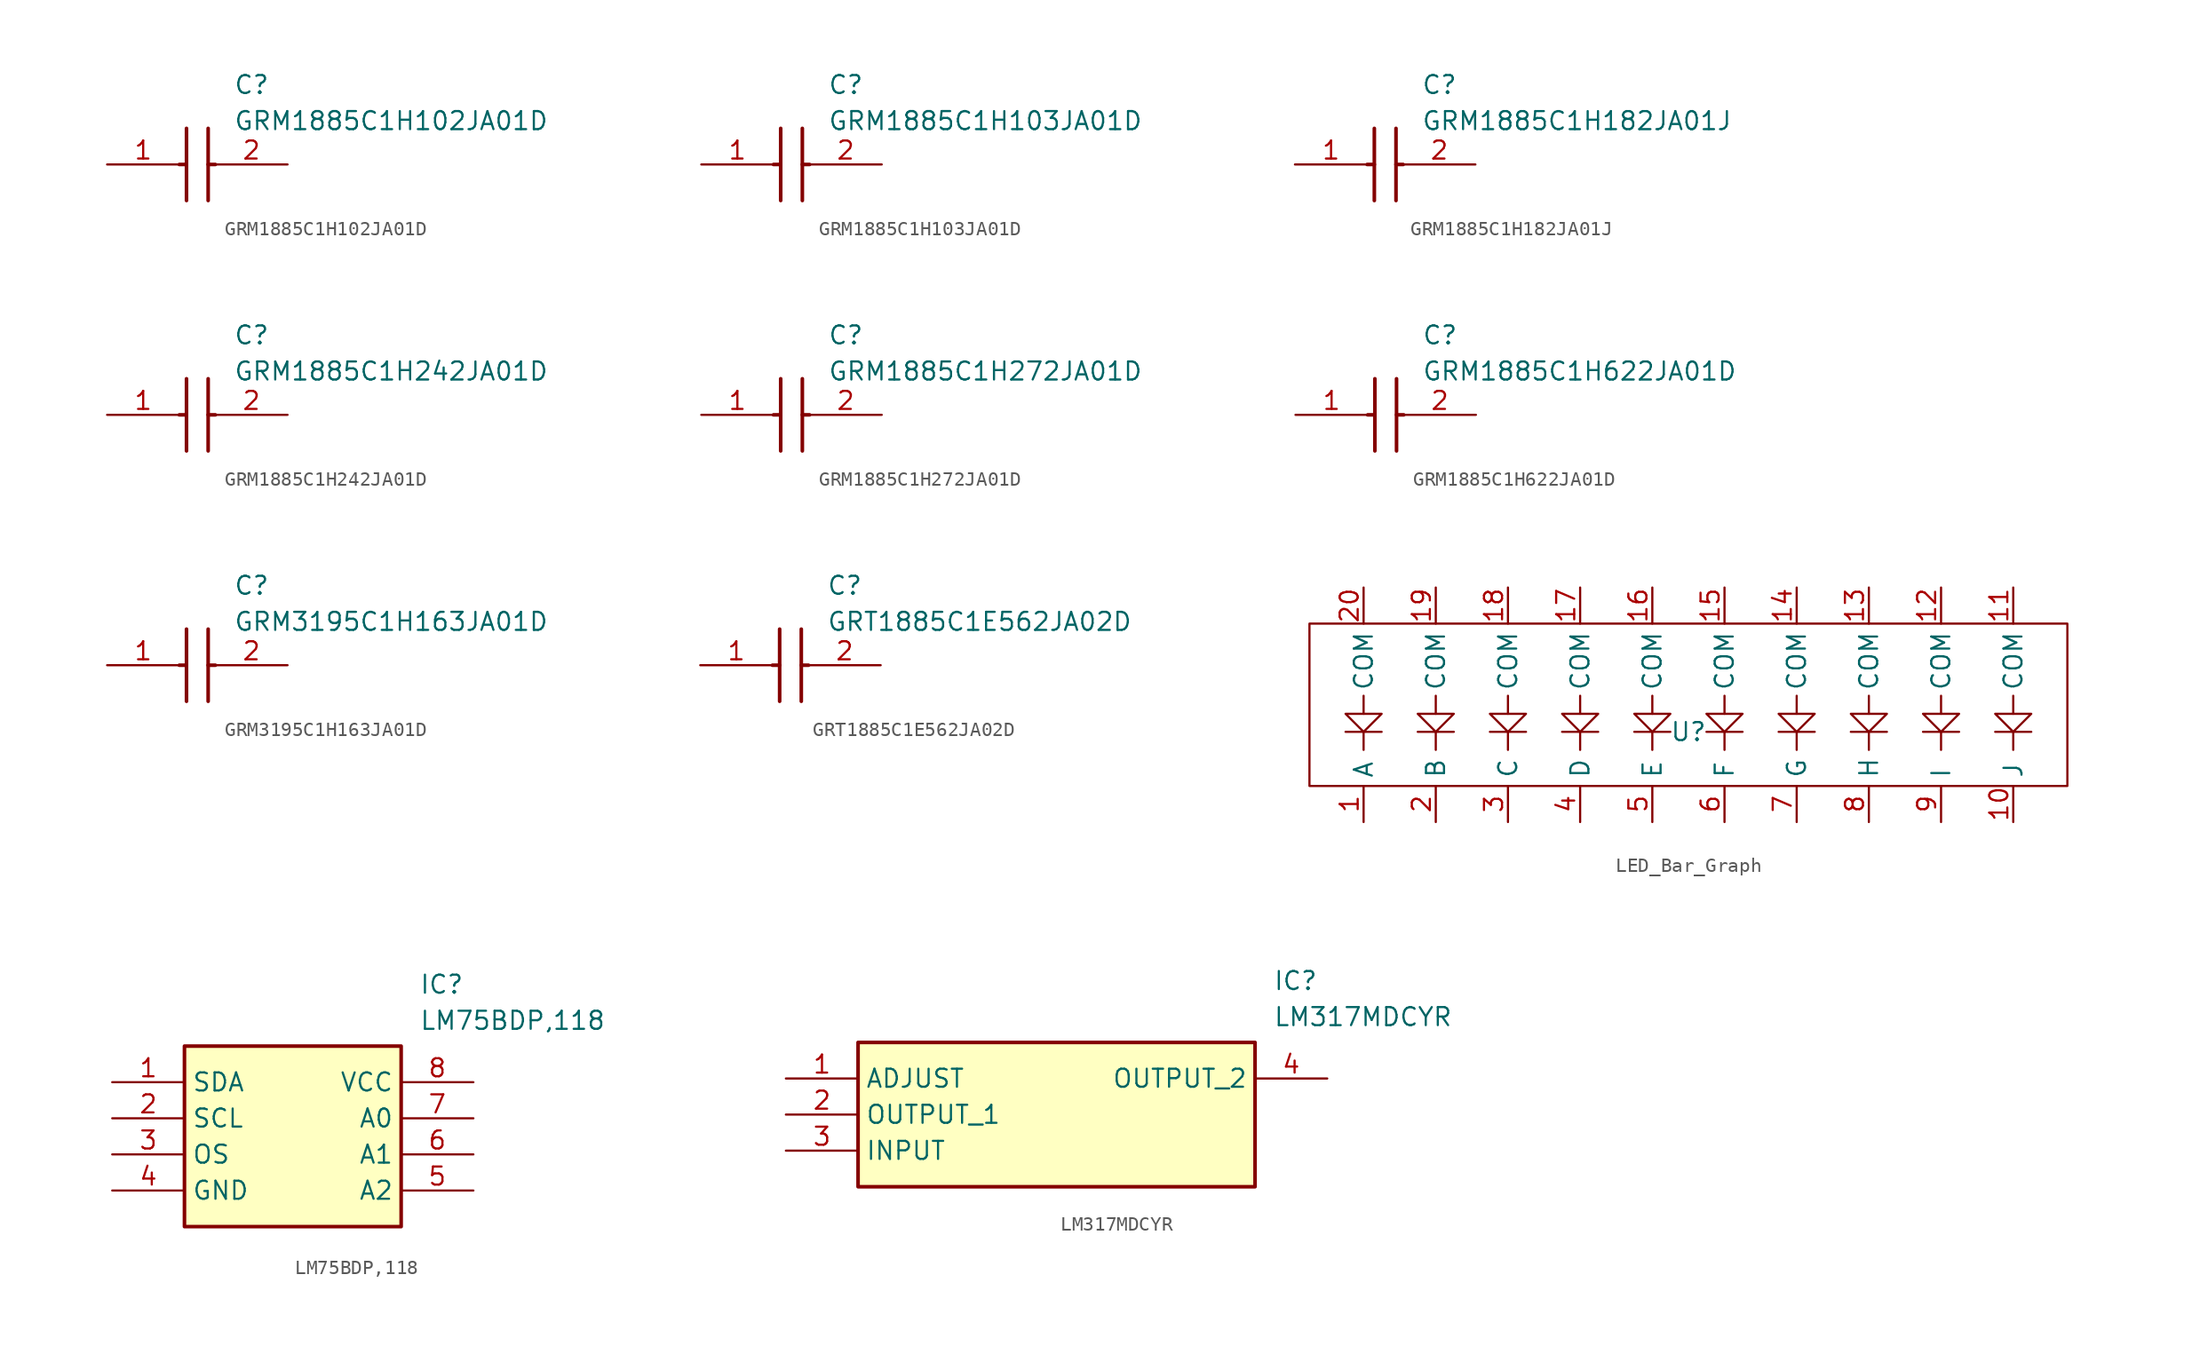
<source format=kicad_sym>
(kicad_symbol_lib
  (version 20231120)
  (generator "kicad_symbol_editor")
  (generator_version "8.0")
  (symbol "GRM1885C1H102JA01D"
    (pin_names hide)
    (property "Reference" "C"
      (at 8.89 6.35 0)
      (effects (font (size 1.27 1.27)) (justify left top)))
    (property "Value" "GRM1885C1H102JA01D"
      (at 8.89 3.81 0)
      (effects (font (size 1.27 1.27)) (justify left top)))
    (symbol "GRM1885C1H102JA01D_1_1"
      (polyline (pts (xy 5.08 0) (xy 5.588 0)) (stroke (width 0.254) (type default)) (fill (type none)))
      (polyline (pts (xy 5.588 2.54) (xy 5.588 -2.54)) (stroke (width 0.254) (type default)) (fill (type none)))
      (polyline (pts (xy 7.112 0) (xy 7.62 0)) (stroke (width 0.254) (type default)) (fill (type none)))
      (polyline (pts (xy 7.112 2.54) (xy 7.112 -2.54)) (stroke (width 0.254) (type default)) (fill (type none)))
      (pin passive line (at 0 0 0) (length 5.08) (name "1" (effects (font (size 1.27 1.27)))) (number "1" (effects (font (size 1.27 1.27)))))
      (pin passive line (at 12.7 0 180) (length 5.08) (name "2" (effects (font (size 1.27 1.27)))) (number "2" (effects (font (size 1.27 1.27)))))))
  (symbol "GRM1885C1H103JA01D"
    (pin_names hide)
    (property "Reference" "C"
      (at 8.89 6.35 0)
      (effects (font (size 1.27 1.27)) (justify left top)))
    (property "Value" "GRM1885C1H103JA01D"
      (at 8.89 3.81 0)
      (effects (font (size 1.27 1.27)) (justify left top)))
    (symbol "GRM1885C1H103JA01D_1_1"
      (polyline (pts (xy 5.08 0) (xy 5.588 0)) (stroke (width 0.254) (type default)) (fill (type none)))
      (polyline (pts (xy 5.588 2.54) (xy 5.588 -2.54)) (stroke (width 0.254) (type default)) (fill (type none)))
      (polyline (pts (xy 7.112 0) (xy 7.62 0)) (stroke (width 0.254) (type default)) (fill (type none)))
      (polyline (pts (xy 7.112 2.54) (xy 7.112 -2.54)) (stroke (width 0.254) (type default)) (fill (type none)))
      (pin passive line (at 0 0 0) (length 5.08) (name "1" (effects (font (size 1.27 1.27)))) (number "1" (effects (font (size 1.27 1.27)))))
      (pin passive line (at 12.7 0 180) (length 5.08) (name "2" (effects (font (size 1.27 1.27)))) (number "2" (effects (font (size 1.27 1.27)))))))
  (symbol "GRM1885C1H182JA01J"
    (pin_names hide)
    (property "Reference" "C"
      (at 8.89 6.35 0)
      (effects (font (size 1.27 1.27)) (justify left top)))
    (property "Value" "GRM1885C1H182JA01J"
      (at 8.89 3.81 0)
      (effects (font (size 1.27 1.27)) (justify left top)))
    (symbol "GRM1885C1H182JA01J_1_1"
      (polyline (pts (xy 5.08 0) (xy 5.588 0)) (stroke (width 0.254) (type default)) (fill (type none)))
      (polyline (pts (xy 5.588 2.54) (xy 5.588 -2.54)) (stroke (width 0.254) (type default)) (fill (type none)))
      (polyline (pts (xy 7.112 0) (xy 7.62 0)) (stroke (width 0.254) (type default)) (fill (type none)))
      (polyline (pts (xy 7.112 2.54) (xy 7.112 -2.54)) (stroke (width 0.254) (type default)) (fill (type none)))
      (pin passive line (at 0 0 0) (length 5.08) (name "1" (effects (font (size 1.27 1.27)))) (number "1" (effects (font (size 1.27 1.27)))))
      (pin passive line (at 12.7 0 180) (length 5.08) (name "2" (effects (font (size 1.27 1.27)))) (number "2" (effects (font (size 1.27 1.27)))))))
  (symbol "GRM1885C1H242JA01D"
    (pin_names hide)
    (property "Reference" "C"
      (at 8.89 6.35 0)
      (effects (font (size 1.27 1.27)) (justify left top)))
    (property "Value" "GRM1885C1H242JA01D"
      (at 8.89 3.81 0)
      (effects (font (size 1.27 1.27)) (justify left top)))
    (symbol "GRM1885C1H242JA01D_1_1"
      (polyline (pts (xy 5.08 0) (xy 5.588 0)) (stroke (width 0.254) (type default)) (fill (type none)))
      (polyline (pts (xy 5.588 2.54) (xy 5.588 -2.54)) (stroke (width 0.254) (type default)) (fill (type none)))
      (polyline (pts (xy 7.112 0) (xy 7.62 0)) (stroke (width 0.254) (type default)) (fill (type none)))
      (polyline (pts (xy 7.112 2.54) (xy 7.112 -2.54)) (stroke (width 0.254) (type default)) (fill (type none)))
      (pin passive line (at 0 0 0) (length 5.08) (name "1" (effects (font (size 1.27 1.27)))) (number "1" (effects (font (size 1.27 1.27)))))
      (pin passive line (at 12.7 0 180) (length 5.08) (name "2" (effects (font (size 1.27 1.27)))) (number "2" (effects (font (size 1.27 1.27)))))))
  (symbol "GRM1885C1H272JA01D"
    (pin_names hide)
    (property "Reference" "C"
      (at 8.89 6.35 0)
      (effects (font (size 1.27 1.27)) (justify left top)))
    (property "Value" "GRM1885C1H272JA01D"
      (at 8.89 3.81 0)
      (effects (font (size 1.27 1.27)) (justify left top)))
    (symbol "GRM1885C1H272JA01D_1_1"
      (polyline (pts (xy 5.08 0) (xy 5.588 0)) (stroke (width 0.254) (type default)) (fill (type none)))
      (polyline (pts (xy 5.588 2.54) (xy 5.588 -2.54)) (stroke (width 0.254) (type default)) (fill (type none)))
      (polyline (pts (xy 7.112 0) (xy 7.62 0)) (stroke (width 0.254) (type default)) (fill (type none)))
      (polyline (pts (xy 7.112 2.54) (xy 7.112 -2.54)) (stroke (width 0.254) (type default)) (fill (type none)))
      (pin passive line (at 0 0 0) (length 5.08) (name "1" (effects (font (size 1.27 1.27)))) (number "1" (effects (font (size 1.27 1.27)))))
      (pin passive line (at 12.7 0 180) (length 5.08) (name "2" (effects (font (size 1.27 1.27)))) (number "2" (effects (font (size 1.27 1.27)))))))
  (symbol "GRM1885C1H622JA01D"
    (pin_names hide)
    (property "Reference" "C"
      (at 8.89 6.35 0)
      (effects (font (size 1.27 1.27)) (justify left top)))
    (property "Value" "GRM1885C1H622JA01D"
      (at 8.89 3.81 0)
      (effects (font (size 1.27 1.27)) (justify left top)))
    (symbol "GRM1885C1H622JA01D_1_1"
      (polyline (pts (xy 5.08 0) (xy 5.588 0)) (stroke (width 0.254) (type default)) (fill (type none)))
      (polyline (pts (xy 5.588 2.54) (xy 5.588 -2.54)) (stroke (width 0.254) (type default)) (fill (type none)))
      (polyline (pts (xy 7.112 0) (xy 7.62 0)) (stroke (width 0.254) (type default)) (fill (type none)))
      (polyline (pts (xy 7.112 2.54) (xy 7.112 -2.54)) (stroke (width 0.254) (type default)) (fill (type none)))
      (pin passive line (at 0 0 0) (length 5.08) (name "1" (effects (font (size 1.27 1.27)))) (number "1" (effects (font (size 1.27 1.27)))))
      (pin passive line (at 12.7 0 180) (length 5.08) (name "2" (effects (font (size 1.27 1.27)))) (number "2" (effects (font (size 1.27 1.27)))))))
  (symbol "GRM3195C1H163JA01D"
    (pin_names hide)
    (property "Reference" "C"
      (at 8.89 6.35 0)
      (effects (font (size 1.27 1.27)) (justify left top)))
    (property "Value" "GRM3195C1H163JA01D"
      (at 8.89 3.81 0)
      (effects (font (size 1.27 1.27)) (justify left top)))
    (symbol "GRM3195C1H163JA01D_1_1"
      (polyline (pts (xy 5.08 0) (xy 5.588 0)) (stroke (width 0.254) (type default)) (fill (type none)))
      (polyline (pts (xy 5.588 2.54) (xy 5.588 -2.54)) (stroke (width 0.254) (type default)) (fill (type none)))
      (polyline (pts (xy 7.112 0) (xy 7.62 0)) (stroke (width 0.254) (type default)) (fill (type none)))
      (polyline (pts (xy 7.112 2.54) (xy 7.112 -2.54)) (stroke (width 0.254) (type default)) (fill (type none)))
      (pin passive line (at 0 0 0) (length 5.08) (name "1" (effects (font (size 1.27 1.27)))) (number "1" (effects (font (size 1.27 1.27)))))
      (pin passive line (at 12.7 0 180) (length 5.08) (name "2" (effects (font (size 1.27 1.27)))) (number "2" (effects (font (size 1.27 1.27)))))))
  (symbol "GRT1885C1E562JA02D"
    (pin_names hide)
    (property "Reference" "C"
      (at 8.89 6.35 0)
      (effects (font (size 1.27 1.27)) (justify left top)))
    (property "Value" "GRT1885C1E562JA02D"
      (at 8.89 3.81 0)
      (effects (font (size 1.27 1.27)) (justify left top)))
    (symbol "GRT1885C1E562JA02D_1_1"
      (polyline (pts (xy 5.08 0) (xy 5.588 0)) (stroke (width 0.254) (type default)) (fill (type none)))
      (polyline (pts (xy 5.588 2.54) (xy 5.588 -2.54)) (stroke (width 0.254) (type default)) (fill (type none)))
      (polyline (pts (xy 7.112 0) (xy 7.62 0)) (stroke (width 0.254) (type default)) (fill (type none)))
      (polyline (pts (xy 7.112 2.54) (xy 7.112 -2.54)) (stroke (width 0.254) (type default)) (fill (type none)))
      (pin passive line (at 0 0 0) (length 5.08) (name "1" (effects (font (size 1.27 1.27)))) (number "1" (effects (font (size 1.27 1.27)))))
      (pin passive line (at 12.7 0 180) (length 5.08) (name "2" (effects (font (size 1.27 1.27)))) (number "2" (effects (font (size 1.27 1.27)))))))
  (symbol "LED_Bar_Graph"
    (property "Reference" "U"
      (at 0 0 0)
      (effects (font (size 1.27 1.27))))
    (property "Value" ""
      (at -7.62 0 0)
      (effects (font (size 1.27 1.27))))
    (symbol "LED_Bar_Graph_0_1"
      (rectangle (start -26.67 7.62) (end 26.67 -3.81) (stroke (width 0) (type default)) (fill (type none)))
      (polyline (pts (xy -24.13 0) (xy -21.59 0)) (stroke (width 0) (type default)) (fill (type none)))
      (polyline (pts (xy -22.86 0) (xy -22.86 -1.27)) (stroke (width 0) (type default)) (fill (type none)))
      (polyline (pts (xy -22.86 1.27) (xy -22.86 2.54)) (stroke (width 0) (type default)) (fill (type none)))
      (polyline (pts (xy -19.05 0) (xy -16.51 0)) (stroke (width 0) (type default)) (fill (type none)))
      (polyline (pts (xy -17.78 0) (xy -17.78 -1.27)) (stroke (width 0) (type default)) (fill (type none)))
      (polyline (pts (xy -13.97 0) (xy -11.43 0)) (stroke (width 0) (type default)) (fill (type none)))
      (polyline (pts (xy -12.7 0) (xy -12.7 -1.27)) (stroke (width 0) (type default)) (fill (type none)))
      (polyline (pts (xy -12.7 1.27) (xy -12.7 2.54)) (stroke (width 0) (type default)) (fill (type none)))
      (polyline (pts (xy -8.89 0) (xy -6.35 0)) (stroke (width 0) (type default)) (fill (type none)))
      (polyline (pts (xy -7.62 0) (xy -7.62 -1.27)) (stroke (width 0) (type default)) (fill (type none)))
      (polyline (pts (xy -7.62 1.27) (xy -7.62 2.54)) (stroke (width 0) (type default)) (fill (type none)))
      (polyline (pts (xy -3.81 0) (xy -1.27 0)) (stroke (width 0) (type default)) (fill (type none)))
      (polyline (pts (xy -2.54 0) (xy -2.54 -1.27)) (stroke (width 0) (type default)) (fill (type none)))
      (polyline (pts (xy -2.54 1.27) (xy -2.54 2.54)) (stroke (width 0) (type default)) (fill (type none)))
      (polyline (pts (xy 1.27 0) (xy 3.81 0)) (stroke (width 0) (type default)) (fill (type none)))
      (polyline (pts (xy 2.54 0) (xy 2.54 -1.27)) (stroke (width 0) (type default)) (fill (type none)))
      (polyline (pts (xy 2.54 1.27) (xy 2.54 2.54)) (stroke (width 0) (type default)) (fill (type none)))
      (polyline (pts (xy 6.35 0) (xy 8.89 0)) (stroke (width 0) (type default)) (fill (type none)))
      (polyline (pts (xy 7.62 0) (xy 7.62 -1.27)) (stroke (width 0) (type default)) (fill (type none)))
      (polyline (pts (xy 11.43 0) (xy 13.97 0)) (stroke (width 0) (type default)) (fill (type none)))
      (polyline (pts (xy 12.7 0) (xy 12.7 -1.27)) (stroke (width 0) (type default)) (fill (type none)))
      (polyline (pts (xy 12.7 1.27) (xy 12.7 2.54)) (stroke (width 0) (type default)) (fill (type none)))
      (polyline (pts (xy 16.51 0) (xy 19.05 0)) (stroke (width 0) (type default)) (fill (type none)))
      (polyline (pts (xy 17.78 0) (xy 17.78 -1.27)) (stroke (width 0) (type default)) (fill (type none)))
      (polyline (pts (xy 17.78 1.27) (xy 17.78 2.54)) (stroke (width 0) (type default)) (fill (type none)))
      (polyline (pts (xy 21.59 0) (xy 24.13 0)) (stroke (width 0) (type default)) (fill (type none)))
      (polyline (pts (xy 22.86 0) (xy 22.86 -1.27)) (stroke (width 0) (type default)) (fill (type none)))
      (polyline (pts (xy 22.86 1.27) (xy 22.86 2.54)) (stroke (width 0) (type default)) (fill (type none)))
      (polyline (pts (xy -17.78 1.27) (xy -17.78 2.54) (xy -17.78 1.27)) (stroke (width 0) (type default)) (fill (type none)))
      (polyline (pts (xy 7.62 1.27) (xy 7.62 2.54) (xy 7.62 1.27)) (stroke (width 0) (type default)) (fill (type none)))
      (polyline (pts (xy -24.13 1.27) (xy -22.86 0) (xy -21.59 1.27) (xy -24.13 1.27)) (stroke (width 0) (type default)) (fill (type none)))
      (polyline (pts (xy -19.05 1.27) (xy -17.78 0) (xy -16.51 1.27) (xy -19.05 1.27)) (stroke (width 0) (type default)) (fill (type none)))
      (polyline (pts (xy -13.97 1.27) (xy -12.7 0) (xy -11.43 1.27) (xy -13.97 1.27)) (stroke (width 0) (type default)) (fill (type none)))
      (polyline (pts (xy -8.89 1.27) (xy -7.62 0) (xy -6.35 1.27) (xy -8.89 1.27)) (stroke (width 0) (type default)) (fill (type none)))
      (polyline (pts (xy -3.81 1.27) (xy -2.54 0) (xy -1.27 1.27) (xy -3.81 1.27)) (stroke (width 0) (type default)) (fill (type none)))
      (polyline (pts (xy 1.27 1.27) (xy 2.54 0) (xy 3.81 1.27) (xy 1.27 1.27)) (stroke (width 0) (type default)) (fill (type none)))
      (polyline (pts (xy 6.35 1.27) (xy 7.62 0) (xy 8.89 1.27) (xy 6.35 1.27)) (stroke (width 0) (type default)) (fill (type none)))
      (polyline (pts (xy 11.43 1.27) (xy 12.7 0) (xy 13.97 1.27) (xy 11.43 1.27)) (stroke (width 0) (type default)) (fill (type none)))
      (polyline (pts (xy 16.51 1.27) (xy 17.78 0) (xy 19.05 1.27) (xy 16.51 1.27)) (stroke (width 0) (type default)) (fill (type none)))
      (polyline (pts (xy 21.59 1.27) (xy 22.86 0) (xy 24.13 1.27) (xy 21.59 1.27)) (stroke (width 0) (type default)) (fill (type none))))
    (symbol "LED_Bar_Graph_1_1"
      (pin output line (at -22.86 -6.35 90) (length 2.54) (name "A" (effects (font (size 1.27 1.27)))) (number "1" (effects (font (size 1.27 1.27)))))
      (pin output line (at 22.86 -6.35 90) (length 2.54) (name "J" (effects (font (size 1.27 1.27)))) (number "10" (effects (font (size 1.27 1.27)))))
      (pin input line (at 22.86 10.16 270) (length 2.54) (name "COM" (effects (font (size 1.27 1.27)))) (number "11" (effects (font (size 1.27 1.27)))))
      (pin input line (at 17.78 10.16 270) (length 2.54) (name "COM" (effects (font (size 1.27 1.27)))) (number "12" (effects (font (size 1.27 1.27)))))
      (pin input line (at 12.7 10.16 270) (length 2.54) (name "COM" (effects (font (size 1.27 1.27)))) (number "13" (effects (font (size 1.27 1.27)))))
      (pin input line (at 7.62 10.16 270) (length 2.54) (name "COM" (effects (font (size 1.27 1.27)))) (number "14" (effects (font (size 1.27 1.27)))))
      (pin input line (at 2.54 10.16 270) (length 2.54) (name "COM" (effects (font (size 1.27 1.27)))) (number "15" (effects (font (size 1.27 1.27)))))
      (pin input line (at -2.54 10.16 270) (length 2.54) (name "COM" (effects (font (size 1.27 1.27)))) (number "16" (effects (font (size 1.27 1.27)))))
      (pin input line (at -7.62 10.16 270) (length 2.54) (name "COM" (effects (font (size 1.27 1.27)))) (number "17" (effects (font (size 1.27 1.27)))))
      (pin input line (at -12.7 10.16 270) (length 2.54) (name "COM" (effects (font (size 1.27 1.27)))) (number "18" (effects (font (size 1.27 1.27)))))
      (pin input line (at -17.78 10.16 270) (length 2.54) (name "COM" (effects (font (size 1.27 1.27)))) (number "19" (effects (font (size 1.27 1.27)))))
      (pin output line (at -17.78 -6.35 90) (length 2.54) (name "B" (effects (font (size 1.27 1.27)))) (number "2" (effects (font (size 1.27 1.27)))))
      (pin input line (at -22.86 10.16 270) (length 2.54) (name "COM" (effects (font (size 1.27 1.27)))) (number "20" (effects (font (size 1.27 1.27)))))
      (pin output line (at -12.7 -6.35 90) (length 2.54) (name "C" (effects (font (size 1.27 1.27)))) (number "3" (effects (font (size 1.27 1.27)))))
      (pin output line (at -7.62 -6.35 90) (length 2.54) (name "D" (effects (font (size 1.27 1.27)))) (number "4" (effects (font (size 1.27 1.27)))))
      (pin output line (at -2.54 -6.35 90) (length 2.54) (name "E" (effects (font (size 1.27 1.27)))) (number "5" (effects (font (size 1.27 1.27)))))
      (pin output line (at 2.54 -6.35 90) (length 2.54) (name "F" (effects (font (size 1.27 1.27)))) (number "6" (effects (font (size 1.27 1.27)))))
      (pin output line (at 7.62 -6.35 90) (length 2.54) (name "G" (effects (font (size 1.27 1.27)))) (number "7" (effects (font (size 1.27 1.27)))))
      (pin output line (at 12.7 -6.35 90) (length 2.54) (name "H" (effects (font (size 1.27 1.27)))) (number "8" (effects (font (size 1.27 1.27)))))
      (pin output line (at 17.78 -6.35 90) (length 2.54) (name "I" (effects (font (size 1.27 1.27)))) (number "9" (effects (font (size 1.27 1.27)))))))
  (symbol "LM75BDP,118"
    (property "Reference" "IC"
      (at 21.59 7.62 0)
      (effects (font (size 1.27 1.27)) (justify left top)))
    (property "Value" "LM75BDP,118"
      (at 21.59 5.08 0)
      (effects (font (size 1.27 1.27)) (justify left top)))
    (symbol "LM75BDP,118_1_1"
      (rectangle (start 5.08 2.54) (end 20.32 -10.16) (stroke (width 0.254) (type default)) (fill (type background)))
      (pin passive line (at 0 0 0) (length 5.08) (name "SDA" (effects (font (size 1.27 1.27)))) (number "1" (effects (font (size 1.27 1.27)))))
      (pin passive line (at 0 -2.54 0) (length 5.08) (name "SCL" (effects (font (size 1.27 1.27)))) (number "2" (effects (font (size 1.27 1.27)))))
      (pin passive line (at 0 -5.08 0) (length 5.08) (name "OS" (effects (font (size 1.27 1.27)))) (number "3" (effects (font (size 1.27 1.27)))))
      (pin passive line (at 0 -7.62 0) (length 5.08) (name "GND" (effects (font (size 1.27 1.27)))) (number "4" (effects (font (size 1.27 1.27)))))
      (pin passive line (at 25.4 -7.62 180) (length 5.08) (name "A2" (effects (font (size 1.27 1.27)))) (number "5" (effects (font (size 1.27 1.27)))))
      (pin passive line (at 25.4 -5.08 180) (length 5.08) (name "A1" (effects (font (size 1.27 1.27)))) (number "6" (effects (font (size 1.27 1.27)))))
      (pin passive line (at 25.4 -2.54 180) (length 5.08) (name "A0" (effects (font (size 1.27 1.27)))) (number "7" (effects (font (size 1.27 1.27)))))
      (pin passive line (at 25.4 0 180) (length 5.08) (name "VCC" (effects (font (size 1.27 1.27)))) (number "8" (effects (font (size 1.27 1.27)))))))
  (symbol "LM317MDCYR"
    (property "Reference" "IC"
      (at 34.29 7.62 0)
      (effects (font (size 1.27 1.27)) (justify left top)))
    (property "Value" "LM317MDCYR"
      (at 34.29 5.08 0)
      (effects (font (size 1.27 1.27)) (justify left top)))
    (symbol "LM317MDCYR_1_1"
      (rectangle (start 5.08 2.54) (end 33.02 -7.62) (stroke (width 0.254) (type default)) (fill (type background)))
      (pin passive line (at 0 0 0) (length 5.08) (name "ADJUST" (effects (font (size 1.27 1.27)))) (number "1" (effects (font (size 1.27 1.27)))))
      (pin passive line (at 0 -2.54 0) (length 5.08) (name "OUTPUT_1" (effects (font (size 1.27 1.27)))) (number "2" (effects (font (size 1.27 1.27)))))
      (pin passive line (at 0 -5.08 0) (length 5.08) (name "INPUT" (effects (font (size 1.27 1.27)))) (number "3" (effects (font (size 1.27 1.27)))))
      (pin passive line (at 38.1 0 180) (length 5.08) (name "OUTPUT_2" (effects (font (size 1.27 1.27)))) (number "4" (effects (font (size 1.27 1.27))))))))
</source>
